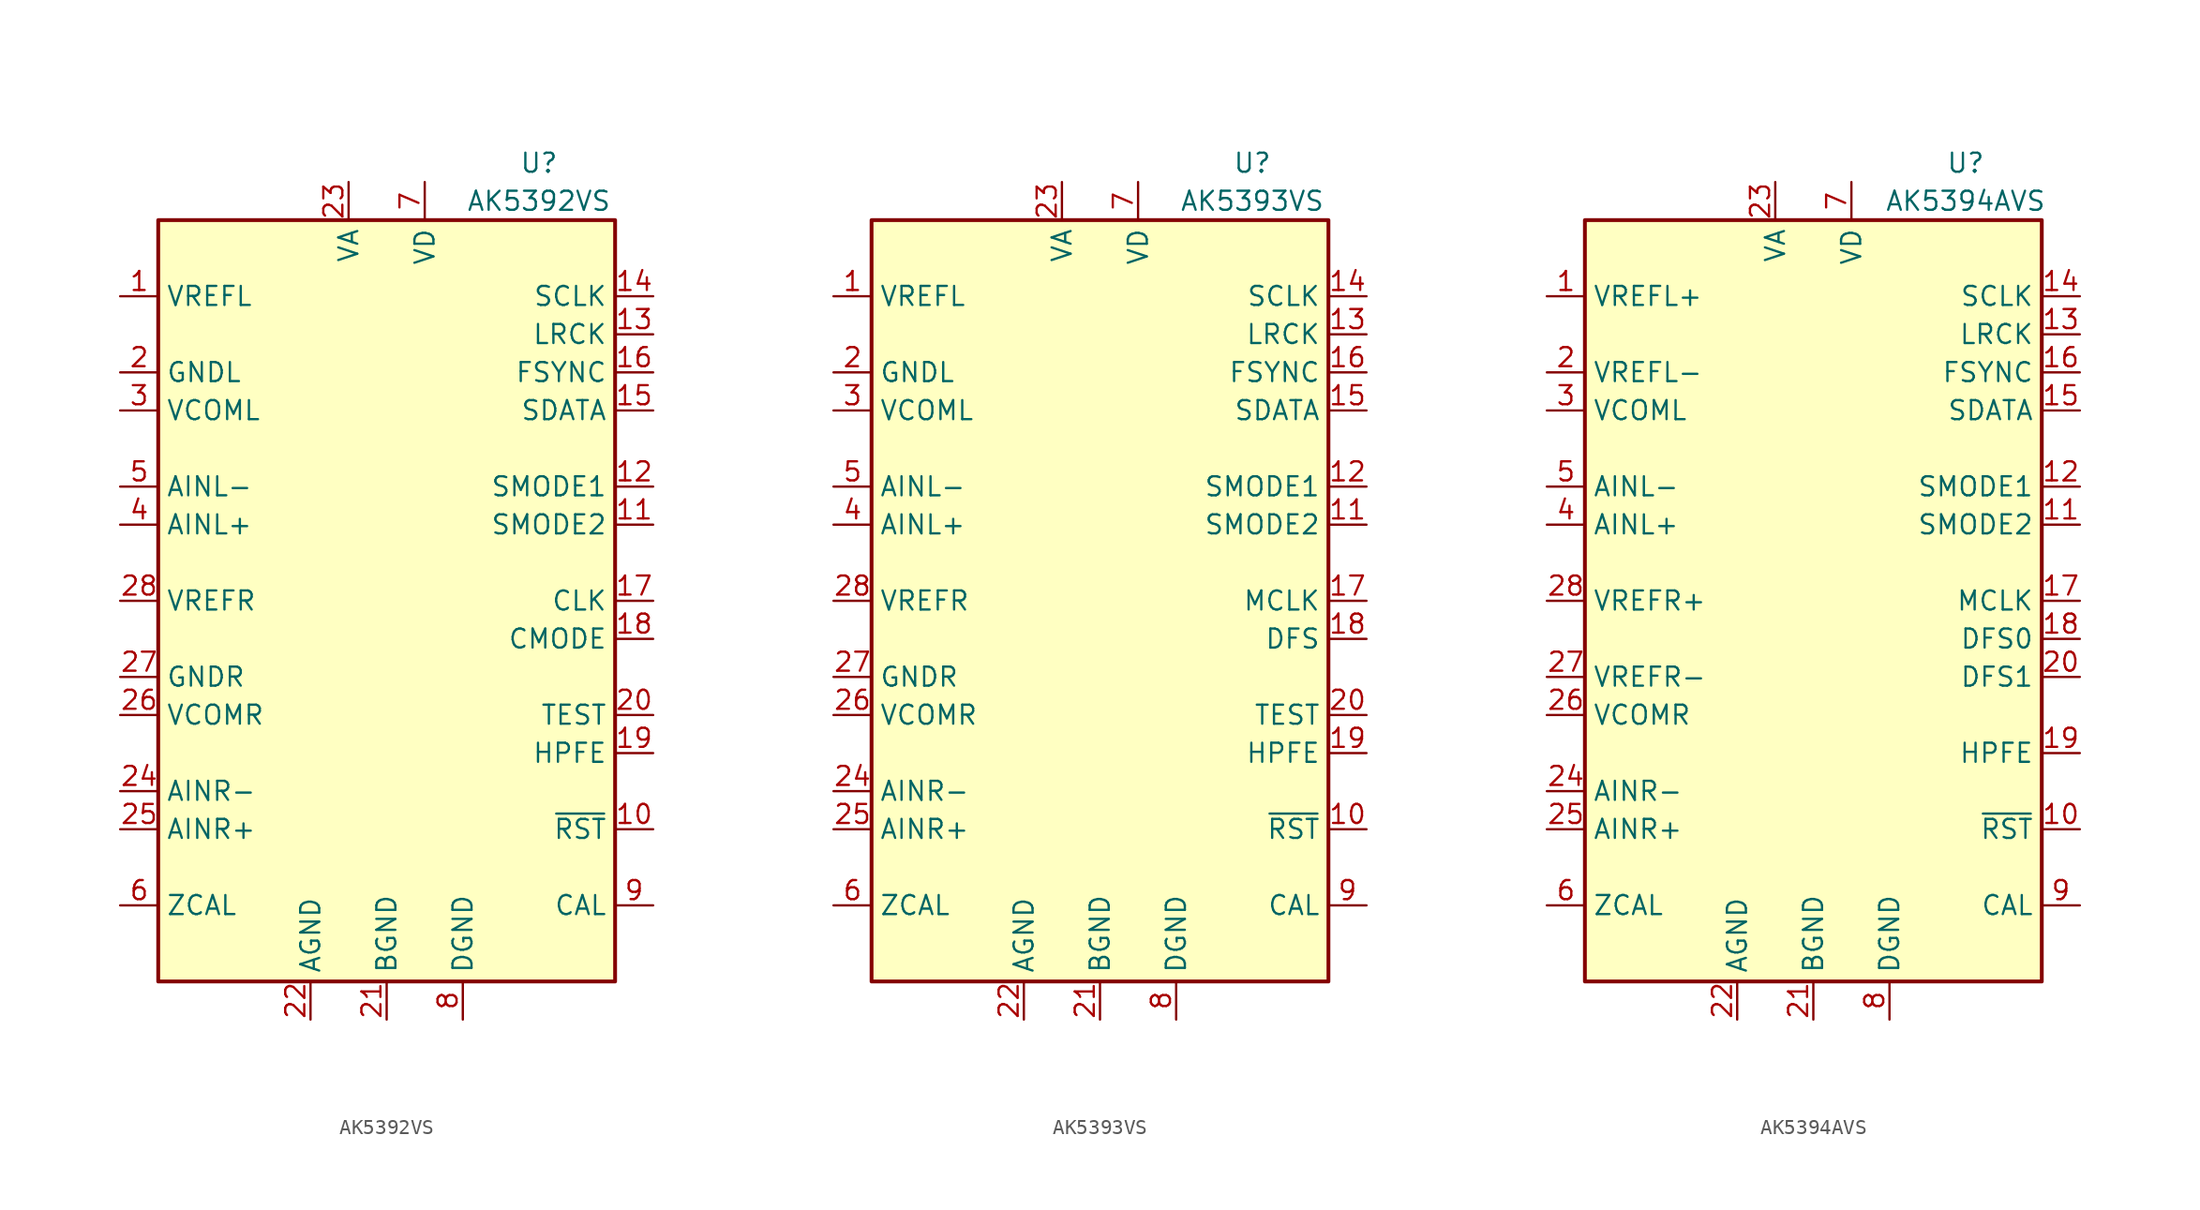
<source format=kicad_sym>
(kicad_symbol_lib
  (version 20241209)
  (generator "kicad_symbol_editor")
  (generator_version "9.0")
  (symbol "AK5392VS"
    (property "Reference" "U"
      (at 10.16 29.21 0)
      (effects (font (size 1.27 1.27))))
    (property "Value" "AK5392VS"
      (at 10.16 26.67 0)
      (effects (font (size 1.27 1.27))))
    (symbol "AK5392VS_0_1"
      (rectangle (start -15.24 25.4) (end 15.24 -25.4) (stroke (width 0.254) (type default)) (fill (type background))))
    (symbol "AK5392VS_1_1"
      (pin output line (at -17.78 20.32 0) (length 2.54) (name "VREFL" (effects (font (size 1.27 1.27)))) (number "1" (effects (font (size 1.27 1.27)))))
      (pin power_in line (at -17.78 15.24 0) (length 2.54) (name "GNDL" (effects (font (size 1.27 1.27)))) (number "2" (effects (font (size 1.27 1.27)))))
      (pin output line (at -17.78 12.7 0) (length 2.54) (name "VCOML" (effects (font (size 1.27 1.27)))) (number "3" (effects (font (size 1.27 1.27)))))
      (pin input line (at -17.78 7.62 0) (length 2.54) (name "AINL-" (effects (font (size 1.27 1.27)))) (number "5" (effects (font (size 1.27 1.27)))))
      (pin input line (at -17.78 5.08 0) (length 2.54) (name "AINL+" (effects (font (size 1.27 1.27)))) (number "4" (effects (font (size 1.27 1.27)))))
      (pin output line (at -17.78 0 0) (length 2.54) (name "VREFR" (effects (font (size 1.27 1.27)))) (number "28" (effects (font (size 1.27 1.27)))))
      (pin output line (at -17.78 -5.08 0) (length 2.54) (name "GNDR" (effects (font (size 1.27 1.27)))) (number "27" (effects (font (size 1.27 1.27)))))
      (pin output line (at -17.78 -7.62 0) (length 2.54) (name "VCOMR" (effects (font (size 1.27 1.27)))) (number "26" (effects (font (size 1.27 1.27)))))
      (pin input line (at -17.78 -12.7 0) (length 2.54) (name "AINR-" (effects (font (size 1.27 1.27)))) (number "24" (effects (font (size 1.27 1.27)))))
      (pin input line (at -17.78 -15.24 0) (length 2.54) (name "AINR+" (effects (font (size 1.27 1.27)))) (number "25" (effects (font (size 1.27 1.27)))))
      (pin input line (at -17.78 -20.32 0) (length 2.54) (name "ZCAL" (effects (font (size 1.27 1.27)))) (number "6" (effects (font (size 1.27 1.27)))))
      (pin power_in line (at -5.08 -27.94 90) (length 2.54) (name "AGND" (effects (font (size 1.27 1.27)))) (number "22" (effects (font (size 1.27 1.27)))))
      (pin power_in line (at -2.54 27.94 270) (length 2.54) (name "VA" (effects (font (size 1.27 1.27)))) (number "23" (effects (font (size 1.27 1.27)))))
      (pin power_in line (at 0 -27.94 90) (length 2.54) (name "BGND" (effects (font (size 1.27 1.27)))) (number "21" (effects (font (size 1.27 1.27)))))
      (pin power_in line (at 2.54 27.94 270) (length 2.54) (name "VD" (effects (font (size 1.27 1.27)))) (number "7" (effects (font (size 1.27 1.27)))))
      (pin power_in line (at 5.08 -27.94 90) (length 2.54) (name "DGND" (effects (font (size 1.27 1.27)))) (number "8" (effects (font (size 1.27 1.27)))))
      (pin bidirectional line (at 17.78 20.32 180) (length 2.54) (name "SCLK" (effects (font (size 1.27 1.27)))) (number "14" (effects (font (size 1.27 1.27)))))
      (pin bidirectional line (at 17.78 17.78 180) (length 2.54) (name "LRCK" (effects (font (size 1.27 1.27)))) (number "13" (effects (font (size 1.27 1.27)))))
      (pin bidirectional line (at 17.78 15.24 180) (length 2.54) (name "FSYNC" (effects (font (size 1.27 1.27)))) (number "16" (effects (font (size 1.27 1.27)))))
      (pin output line (at 17.78 12.7 180) (length 2.54) (name "SDATA" (effects (font (size 1.27 1.27)))) (number "15" (effects (font (size 1.27 1.27)))))
      (pin input line (at 17.78 7.62 180) (length 2.54) (name "SMODE1" (effects (font (size 1.27 1.27)))) (number "12" (effects (font (size 1.27 1.27)))))
      (pin input line (at 17.78 5.08 180) (length 2.54) (name "SMODE2" (effects (font (size 1.27 1.27)))) (number "11" (effects (font (size 1.27 1.27)))))
      (pin input line (at 17.78 0 180) (length 2.54) (name "CLK" (effects (font (size 1.27 1.27)))) (number "17" (effects (font (size 1.27 1.27)))))
      (pin input line (at 17.78 -2.54 180) (length 2.54) (name "CMODE" (effects (font (size 1.27 1.27)))) (number "18" (effects (font (size 1.27 1.27)))))
      (pin input line (at 17.78 -7.62 180) (length 2.54) (name "TEST" (effects (font (size 1.27 1.27)))) (number "20" (effects (font (size 1.27 1.27)))))
      (pin input line (at 17.78 -10.16 180) (length 2.54) (name "HPFE" (effects (font (size 1.27 1.27)))) (number "19" (effects (font (size 1.27 1.27)))))
      (pin input line (at 17.78 -15.24 180) (length 2.54) (name "~{RST}" (effects (font (size 1.27 1.27)))) (number "10" (effects (font (size 1.27 1.27)))))
      (pin output line (at 17.78 -20.32 180) (length 2.54) (name "CAL" (effects (font (size 1.27 1.27)))) (number "9" (effects (font (size 1.27 1.27)))))))
  (symbol "AK5393VS"
    (property "Reference" "U"
      (at 10.16 29.21 0)
      (effects (font (size 1.27 1.27))))
    (property "Value" "AK5393VS"
      (at 10.16 26.67 0)
      (effects (font (size 1.27 1.27))))
    (symbol "AK5393VS_0_1"
      (rectangle (start -15.24 25.4) (end 15.24 -25.4) (stroke (width 0.254) (type default)) (fill (type background))))
    (symbol "AK5393VS_1_1"
      (pin output line (at -17.78 20.32 0) (length 2.54) (name "VREFL" (effects (font (size 1.27 1.27)))) (number "1" (effects (font (size 1.27 1.27)))))
      (pin power_in line (at -17.78 15.24 0) (length 2.54) (name "GNDL" (effects (font (size 1.27 1.27)))) (number "2" (effects (font (size 1.27 1.27)))))
      (pin output line (at -17.78 12.7 0) (length 2.54) (name "VCOML" (effects (font (size 1.27 1.27)))) (number "3" (effects (font (size 1.27 1.27)))))
      (pin input line (at -17.78 7.62 0) (length 2.54) (name "AINL-" (effects (font (size 1.27 1.27)))) (number "5" (effects (font (size 1.27 1.27)))))
      (pin input line (at -17.78 5.08 0) (length 2.54) (name "AINL+" (effects (font (size 1.27 1.27)))) (number "4" (effects (font (size 1.27 1.27)))))
      (pin output line (at -17.78 0 0) (length 2.54) (name "VREFR" (effects (font (size 1.27 1.27)))) (number "28" (effects (font (size 1.27 1.27)))))
      (pin output line (at -17.78 -5.08 0) (length 2.54) (name "GNDR" (effects (font (size 1.27 1.27)))) (number "27" (effects (font (size 1.27 1.27)))))
      (pin output line (at -17.78 -7.62 0) (length 2.54) (name "VCOMR" (effects (font (size 1.27 1.27)))) (number "26" (effects (font (size 1.27 1.27)))))
      (pin input line (at -17.78 -12.7 0) (length 2.54) (name "AINR-" (effects (font (size 1.27 1.27)))) (number "24" (effects (font (size 1.27 1.27)))))
      (pin input line (at -17.78 -15.24 0) (length 2.54) (name "AINR+" (effects (font (size 1.27 1.27)))) (number "25" (effects (font (size 1.27 1.27)))))
      (pin input line (at -17.78 -20.32 0) (length 2.54) (name "ZCAL" (effects (font (size 1.27 1.27)))) (number "6" (effects (font (size 1.27 1.27)))))
      (pin power_in line (at -5.08 -27.94 90) (length 2.54) (name "AGND" (effects (font (size 1.27 1.27)))) (number "22" (effects (font (size 1.27 1.27)))))
      (pin power_in line (at -2.54 27.94 270) (length 2.54) (name "VA" (effects (font (size 1.27 1.27)))) (number "23" (effects (font (size 1.27 1.27)))))
      (pin power_in line (at 0 -27.94 90) (length 2.54) (name "BGND" (effects (font (size 1.27 1.27)))) (number "21" (effects (font (size 1.27 1.27)))))
      (pin power_in line (at 2.54 27.94 270) (length 2.54) (name "VD" (effects (font (size 1.27 1.27)))) (number "7" (effects (font (size 1.27 1.27)))))
      (pin power_in line (at 5.08 -27.94 90) (length 2.54) (name "DGND" (effects (font (size 1.27 1.27)))) (number "8" (effects (font (size 1.27 1.27)))))
      (pin bidirectional line (at 17.78 20.32 180) (length 2.54) (name "SCLK" (effects (font (size 1.27 1.27)))) (number "14" (effects (font (size 1.27 1.27)))))
      (pin bidirectional line (at 17.78 17.78 180) (length 2.54) (name "LRCK" (effects (font (size 1.27 1.27)))) (number "13" (effects (font (size 1.27 1.27)))))
      (pin bidirectional line (at 17.78 15.24 180) (length 2.54) (name "FSYNC" (effects (font (size 1.27 1.27)))) (number "16" (effects (font (size 1.27 1.27)))))
      (pin output line (at 17.78 12.7 180) (length 2.54) (name "SDATA" (effects (font (size 1.27 1.27)))) (number "15" (effects (font (size 1.27 1.27)))))
      (pin input line (at 17.78 7.62 180) (length 2.54) (name "SMODE1" (effects (font (size 1.27 1.27)))) (number "12" (effects (font (size 1.27 1.27)))))
      (pin input line (at 17.78 5.08 180) (length 2.54) (name "SMODE2" (effects (font (size 1.27 1.27)))) (number "11" (effects (font (size 1.27 1.27)))))
      (pin input line (at 17.78 0 180) (length 2.54) (name "MCLK" (effects (font (size 1.27 1.27)))) (number "17" (effects (font (size 1.27 1.27)))))
      (pin input line (at 17.78 -2.54 180) (length 2.54) (name "DFS" (effects (font (size 1.27 1.27)))) (number "18" (effects (font (size 1.27 1.27)))))
      (pin input line (at 17.78 -7.62 180) (length 2.54) (name "TEST" (effects (font (size 1.27 1.27)))) (number "20" (effects (font (size 1.27 1.27)))))
      (pin input line (at 17.78 -10.16 180) (length 2.54) (name "HPFE" (effects (font (size 1.27 1.27)))) (number "19" (effects (font (size 1.27 1.27)))))
      (pin input line (at 17.78 -15.24 180) (length 2.54) (name "~{RST}" (effects (font (size 1.27 1.27)))) (number "10" (effects (font (size 1.27 1.27)))))
      (pin output line (at 17.78 -20.32 180) (length 2.54) (name "CAL" (effects (font (size 1.27 1.27)))) (number "9" (effects (font (size 1.27 1.27)))))))
  (symbol "AK5394AVS"
    (property "Reference" "U"
      (at 10.16 29.21 0)
      (effects (font (size 1.27 1.27))))
    (property "Value" "AK5394AVS"
      (at 10.16 26.67 0)
      (effects (font (size 1.27 1.27))))
    (symbol "AK5394AVS_0_1"
      (rectangle (start -15.24 25.4) (end 15.24 -25.4) (stroke (width 0.254) (type default)) (fill (type background))))
    (symbol "AK5394AVS_1_1"
      (pin output line (at -17.78 20.32 0) (length 2.54) (name "VREFL+" (effects (font (size 1.27 1.27)))) (number "1" (effects (font (size 1.27 1.27)))))
      (pin output line (at -17.78 15.24 0) (length 2.54) (name "VREFL-" (effects (font (size 1.27 1.27)))) (number "2" (effects (font (size 1.27 1.27)))))
      (pin output line (at -17.78 12.7 0) (length 2.54) (name "VCOML" (effects (font (size 1.27 1.27)))) (number "3" (effects (font (size 1.27 1.27)))))
      (pin input line (at -17.78 7.62 0) (length 2.54) (name "AINL-" (effects (font (size 1.27 1.27)))) (number "5" (effects (font (size 1.27 1.27)))))
      (pin input line (at -17.78 5.08 0) (length 2.54) (name "AINL+" (effects (font (size 1.27 1.27)))) (number "4" (effects (font (size 1.27 1.27)))))
      (pin output line (at -17.78 0 0) (length 2.54) (name "VREFR+" (effects (font (size 1.27 1.27)))) (number "28" (effects (font (size 1.27 1.27)))))
      (pin output line (at -17.78 -5.08 0) (length 2.54) (name "VREFR-" (effects (font (size 1.27 1.27)))) (number "27" (effects (font (size 1.27 1.27)))))
      (pin output line (at -17.78 -7.62 0) (length 2.54) (name "VCOMR" (effects (font (size 1.27 1.27)))) (number "26" (effects (font (size 1.27 1.27)))))
      (pin input line (at -17.78 -12.7 0) (length 2.54) (name "AINR-" (effects (font (size 1.27 1.27)))) (number "24" (effects (font (size 1.27 1.27)))))
      (pin input line (at -17.78 -15.24 0) (length 2.54) (name "AINR+" (effects (font (size 1.27 1.27)))) (number "25" (effects (font (size 1.27 1.27)))))
      (pin input line (at -17.78 -20.32 0) (length 2.54) (name "ZCAL" (effects (font (size 1.27 1.27)))) (number "6" (effects (font (size 1.27 1.27)))))
      (pin power_in line (at -5.08 -27.94 90) (length 2.54) (name "AGND" (effects (font (size 1.27 1.27)))) (number "22" (effects (font (size 1.27 1.27)))))
      (pin power_in line (at -2.54 27.94 270) (length 2.54) (name "VA" (effects (font (size 1.27 1.27)))) (number "23" (effects (font (size 1.27 1.27)))))
      (pin power_in line (at 0 -27.94 90) (length 2.54) (name "BGND" (effects (font (size 1.27 1.27)))) (number "21" (effects (font (size 1.27 1.27)))))
      (pin power_in line (at 2.54 27.94 270) (length 2.54) (name "VD" (effects (font (size 1.27 1.27)))) (number "7" (effects (font (size 1.27 1.27)))))
      (pin power_in line (at 5.08 -27.94 90) (length 2.54) (name "DGND" (effects (font (size 1.27 1.27)))) (number "8" (effects (font (size 1.27 1.27)))))
      (pin bidirectional line (at 17.78 20.32 180) (length 2.54) (name "SCLK" (effects (font (size 1.27 1.27)))) (number "14" (effects (font (size 1.27 1.27)))))
      (pin bidirectional line (at 17.78 17.78 180) (length 2.54) (name "LRCK" (effects (font (size 1.27 1.27)))) (number "13" (effects (font (size 1.27 1.27)))))
      (pin bidirectional line (at 17.78 15.24 180) (length 2.54) (name "FSYNC" (effects (font (size 1.27 1.27)))) (number "16" (effects (font (size 1.27 1.27)))))
      (pin output line (at 17.78 12.7 180) (length 2.54) (name "SDATA" (effects (font (size 1.27 1.27)))) (number "15" (effects (font (size 1.27 1.27)))))
      (pin input line (at 17.78 7.62 180) (length 2.54) (name "SMODE1" (effects (font (size 1.27 1.27)))) (number "12" (effects (font (size 1.27 1.27)))))
      (pin input line (at 17.78 5.08 180) (length 2.54) (name "SMODE2" (effects (font (size 1.27 1.27)))) (number "11" (effects (font (size 1.27 1.27)))))
      (pin input line (at 17.78 0 180) (length 2.54) (name "MCLK" (effects (font (size 1.27 1.27)))) (number "17" (effects (font (size 1.27 1.27)))))
      (pin input line (at 17.78 -2.54 180) (length 2.54) (name "DFS0" (effects (font (size 1.27 1.27)))) (number "18" (effects (font (size 1.27 1.27)))))
      (pin input line (at 17.78 -5.08 180) (length 2.54) (name "DFS1" (effects (font (size 1.27 1.27)))) (number "20" (effects (font (size 1.27 1.27)))))
      (pin input line (at 17.78 -10.16 180) (length 2.54) (name "HPFE" (effects (font (size 1.27 1.27)))) (number "19" (effects (font (size 1.27 1.27)))))
      (pin input line (at 17.78 -15.24 180) (length 2.54) (name "~{RST}" (effects (font (size 1.27 1.27)))) (number "10" (effects (font (size 1.27 1.27)))))
      (pin output line (at 17.78 -20.32 180) (length 2.54) (name "CAL" (effects (font (size 1.27 1.27)))) (number "9" (effects (font (size 1.27 1.27))))))))
</source>
